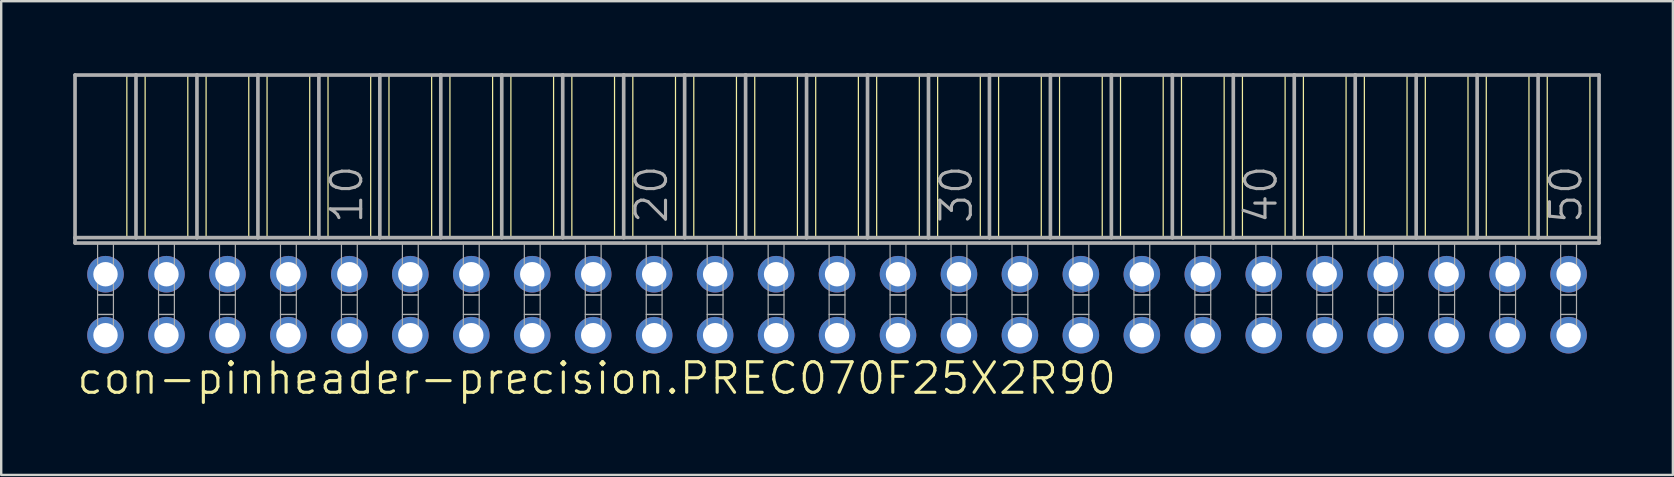
<source format=kicad_pcb>
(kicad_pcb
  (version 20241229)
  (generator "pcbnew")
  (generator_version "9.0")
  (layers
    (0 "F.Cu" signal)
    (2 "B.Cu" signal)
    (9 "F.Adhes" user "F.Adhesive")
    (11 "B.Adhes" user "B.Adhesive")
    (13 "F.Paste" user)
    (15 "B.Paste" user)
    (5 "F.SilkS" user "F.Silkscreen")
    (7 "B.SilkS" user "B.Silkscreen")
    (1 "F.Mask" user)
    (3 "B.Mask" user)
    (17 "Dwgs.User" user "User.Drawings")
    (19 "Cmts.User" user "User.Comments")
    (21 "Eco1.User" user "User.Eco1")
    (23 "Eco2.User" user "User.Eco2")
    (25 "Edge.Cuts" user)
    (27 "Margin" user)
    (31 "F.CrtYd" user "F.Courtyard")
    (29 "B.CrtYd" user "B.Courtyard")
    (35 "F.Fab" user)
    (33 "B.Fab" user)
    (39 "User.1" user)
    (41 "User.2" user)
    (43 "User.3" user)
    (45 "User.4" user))
  (footprint "con-pinheader-precision.PREC070F25X2R90"
    (layer "F.Cu")
    (at 31.826 9.646)
    (property "Reference" "con-pinheader-precision.PREC070F25X2R90" (at -31.75 3.81 0) (layer "F.SilkS") (effects (font (size 1.27 1.27) (thickness 0.13)) (justify left bottom)))
    (attr through_hole)
    (fp_line (start -29.591 -9.57) (end -29.591 -2.794) (stroke (width 0.051) (type default)) (layer "F.SilkS"))
    (fp_line (start -28.829 -9.57) (end -28.829 -2.794) (stroke (width 0.051) (type default)) (layer "F.SilkS"))
    (fp_line (start -27.051 -9.57) (end -27.051 -2.794) (stroke (width 0.051) (type default)) (layer "F.SilkS"))
    (fp_line (start -26.289 -9.57) (end -26.289 -2.794) (stroke (width 0.051) (type default)) (layer "F.SilkS"))
    (fp_line (start -24.511 -9.57) (end -24.511 -2.794) (stroke (width 0.051) (type default)) (layer "F.SilkS"))
    (fp_line (start -23.749 -9.57) (end -23.749 -2.794) (stroke (width 0.051) (type default)) (layer "F.SilkS"))
    (fp_line (start -21.971 -9.57) (end -21.971 -2.794) (stroke (width 0.051) (type default)) (layer "F.SilkS"))
    (fp_line (start -21.209 -9.57) (end -21.209 -2.794) (stroke (width 0.051) (type default)) (layer "F.SilkS"))
    (fp_line (start -19.431 -9.57) (end -19.431 -2.794) (stroke (width 0.051) (type default)) (layer "F.SilkS"))
    (fp_line (start -18.669 -9.57) (end -18.669 -2.794) (stroke (width 0.051) (type default)) (layer "F.SilkS"))
    (fp_line (start -16.891 -9.57) (end -16.891 -2.794) (stroke (width 0.051) (type default)) (layer "F.SilkS"))
    (fp_line (start -16.129 -9.57) (end -16.129 -2.794) (stroke (width 0.051) (type default)) (layer "F.SilkS"))
    (fp_line (start -14.351 -9.57) (end -14.351 -2.794) (stroke (width 0.051) (type default)) (layer "F.SilkS"))
    (fp_line (start -13.589 -9.57) (end -13.589 -2.794) (stroke (width 0.051) (type default)) (layer "F.SilkS"))
    (fp_line (start -11.811 -9.57) (end -11.811 -2.794) (stroke (width 0.051) (type default)) (layer "F.SilkS"))
    (fp_line (start -11.049 -9.57) (end -11.049 -2.794) (stroke (width 0.051) (type default)) (layer "F.SilkS"))
    (fp_line (start -9.271 -9.57) (end -9.271 -2.794) (stroke (width 0.051) (type default)) (layer "F.SilkS"))
    (fp_line (start -8.509 -9.57) (end -8.509 -2.794) (stroke (width 0.051) (type default)) (layer "F.SilkS"))
    (fp_line (start -6.731 -9.57) (end -6.731 -2.794) (stroke (width 0.051) (type default)) (layer "F.SilkS"))
    (fp_line (start -5.969 -9.57) (end -5.969 -2.794) (stroke (width 0.051) (type default)) (layer "F.SilkS"))
    (fp_line (start -4.191 -9.57) (end -4.191 -2.794) (stroke (width 0.051) (type default)) (layer "F.SilkS"))
    (fp_line (start -3.429 -9.57) (end -3.429 -2.794) (stroke (width 0.051) (type default)) (layer "F.SilkS"))
    (fp_line (start -1.651 -9.57) (end -1.651 -2.794) (stroke (width 0.051) (type default)) (layer "F.SilkS"))
    (fp_line (start -0.889 -9.57) (end -0.889 -2.794) (stroke (width 0.051) (type default)) (layer "F.SilkS"))
    (fp_line (start 0.889 -9.57) (end 0.889 -2.794) (stroke (width 0.051) (type default)) (layer "F.SilkS"))
    (fp_line (start 1.651 -9.57) (end 1.651 -2.794) (stroke (width 0.051) (type default)) (layer "F.SilkS"))
    (fp_line (start 3.429 -9.57) (end 3.429 -2.794) (stroke (width 0.051) (type default)) (layer "F.SilkS"))
    (fp_line (start 4.191 -9.57) (end 4.191 -2.794) (stroke (width 0.051) (type default)) (layer "F.SilkS"))
    (fp_line (start 5.969 -9.57) (end 5.969 -2.794) (stroke (width 0.051) (type default)) (layer "F.SilkS"))
    (fp_line (start 6.731 -9.57) (end 6.731 -2.794) (stroke (width 0.051) (type default)) (layer "F.SilkS"))
    (fp_line (start 8.509 -9.57) (end 8.509 -2.794) (stroke (width 0.051) (type default)) (layer "F.SilkS"))
    (fp_line (start 9.271 -9.57) (end 9.271 -2.794) (stroke (width 0.051) (type default)) (layer "F.SilkS"))
    (fp_line (start 11.049 -9.57) (end 11.049 -2.794) (stroke (width 0.051) (type default)) (layer "F.SilkS"))
    (fp_line (start 11.811 -9.57) (end 11.811 -2.794) (stroke (width 0.051) (type default)) (layer "F.SilkS"))
    (fp_line (start 13.589 -9.57) (end 13.589 -2.794) (stroke (width 0.051) (type default)) (layer "F.SilkS"))
    (fp_line (start 14.351 -9.57) (end 14.351 -2.794) (stroke (width 0.051) (type default)) (layer "F.SilkS"))
    (fp_line (start 16.129 -9.57) (end 16.129 -2.794) (stroke (width 0.051) (type default)) (layer "F.SilkS"))
    (fp_line (start 16.891 -9.57) (end 16.891 -2.794) (stroke (width 0.051) (type default)) (layer "F.SilkS"))
    (fp_line (start 18.669 -9.57) (end 18.669 -2.794) (stroke (width 0.051) (type default)) (layer "F.SilkS"))
    (fp_line (start 19.431 -9.57) (end 19.431 -2.794) (stroke (width 0.051) (type default)) (layer "F.SilkS"))
    (fp_line (start 21.209 -9.57) (end 21.209 -2.794) (stroke (width 0.051) (type default)) (layer "F.SilkS"))
    (fp_line (start 21.971 -9.57) (end 21.971 -2.794) (stroke (width 0.051) (type default)) (layer "F.SilkS"))
    (fp_line (start 23.749 -9.57) (end 23.749 -2.794) (stroke (width 0.051) (type default)) (layer "F.SilkS"))
    (fp_line (start 24.511 -9.57) (end 24.511 -2.794) (stroke (width 0.051) (type default)) (layer "F.SilkS"))
    (fp_line (start 26.289 -9.57) (end 26.289 -2.794) (stroke (width 0.051) (type default)) (layer "F.SilkS"))
    (fp_line (start 27.051 -9.57) (end 27.051 -2.794) (stroke (width 0.051) (type default)) (layer "F.SilkS"))
    (fp_line (start 28.829 -9.57) (end 28.829 -2.794) (stroke (width 0.051) (type default)) (layer "F.SilkS"))
    (fp_line (start 29.591 -9.57) (end 29.591 -2.794) (stroke (width 0.051) (type default)) (layer "F.SilkS"))
    (fp_line (start 31.369 -9.57) (end 31.369 -2.794) (stroke (width 0.051) (type default)) (layer "F.SilkS"))
    (fp_line (start -31.75 -9.57) (end -29.21 -9.57) (stroke (width 0.152) (type default)) (layer "F.Fab"))
    (fp_line (start -31.75 -2.794) (end -31.75 -9.57) (stroke (width 0.152) (type default)) (layer "F.Fab"))
    (fp_line (start -31.75 -2.57) (end -31.75 -2.794) (stroke (width 0.152) (type default)) (layer "F.Fab"))
    (fp_line (start -31.75 -2.57) (end 31.75 -2.57) (stroke (width 0.152) (type default)) (layer "F.Fab"))
    (fp_line (start -29.21 -9.57) (end -26.67 -9.57) (stroke (width 0.152) (type default)) (layer "F.Fab"))
    (fp_line (start -29.21 -2.794) (end -31.75 -2.794) (stroke (width 0.152) (type default)) (layer "F.Fab"))
    (fp_line (start -29.21 -2.794) (end -29.21 -9.57) (stroke (width 0.152) (type default)) (layer "F.Fab"))
    (fp_line (start -29.21 -2.794) (end -26.67 -2.794) (stroke (width 0.152) (type default)) (layer "F.Fab"))
    (fp_line (start -26.67 -9.57) (end -24.13 -9.57) (stroke (width 0.152) (type default)) (layer "F.Fab"))
    (fp_line (start -26.67 -2.794) (end -26.67 -9.57) (stroke (width 0.152) (type default)) (layer "F.Fab"))
    (fp_line (start -24.13 -9.57) (end -21.59 -9.57) (stroke (width 0.152) (type default)) (layer "F.Fab"))
    (fp_line (start -24.13 -2.794) (end -26.67 -2.794) (stroke (width 0.152) (type default)) (layer "F.Fab"))
    (fp_line (start -24.13 -2.794) (end -24.13 -9.57) (stroke (width 0.152) (type default)) (layer "F.Fab"))
    (fp_line (start -21.59 -9.57) (end -19.05 -9.57) (stroke (width 0.152) (type default)) (layer "F.Fab"))
    (fp_line (start -21.59 -2.794) (end -24.13 -2.794) (stroke (width 0.152) (type default)) (layer "F.Fab"))
    (fp_line (start -21.59 -2.794) (end -21.59 -9.57) (stroke (width 0.152) (type default)) (layer "F.Fab"))
    (fp_line (start -19.05 -9.57) (end -16.51 -9.57) (stroke (width 0.152) (type default)) (layer "F.Fab"))
    (fp_line (start -19.05 -2.794) (end -21.59 -2.794) (stroke (width 0.152) (type default)) (layer "F.Fab"))
    (fp_line (start -19.05 -2.794) (end -19.05 -9.57) (stroke (width 0.152) (type default)) (layer "F.Fab"))
    (fp_line (start -16.51 -9.57) (end -13.97 -9.57) (stroke (width 0.152) (type default)) (layer "F.Fab"))
    (fp_line (start -16.51 -2.794) (end -19.05 -2.794) (stroke (width 0.152) (type default)) (layer "F.Fab"))
    (fp_line (start -16.51 -2.794) (end -16.51 -9.57) (stroke (width 0.152) (type default)) (layer "F.Fab"))
    (fp_line (start -16.51 -2.794) (end -13.97 -2.794) (stroke (width 0.152) (type default)) (layer "F.Fab"))
    (fp_line (start -13.97 -9.57) (end -11.43 -9.57) (stroke (width 0.152) (type default)) (layer "F.Fab"))
    (fp_line (start -13.97 -2.794) (end -13.97 -9.57) (stroke (width 0.152) (type default)) (layer "F.Fab"))
    (fp_line (start -11.43 -9.57) (end -8.89 -9.57) (stroke (width 0.152) (type default)) (layer "F.Fab"))
    (fp_line (start -11.43 -2.794) (end -13.97 -2.794) (stroke (width 0.152) (type default)) (layer "F.Fab"))
    (fp_line (start -11.43 -2.794) (end -11.43 -9.57) (stroke (width 0.152) (type default)) (layer "F.Fab"))
    (fp_line (start -8.89 -9.57) (end -6.35 -9.57) (stroke (width 0.152) (type default)) (layer "F.Fab"))
    (fp_line (start -8.89 -2.794) (end -11.43 -2.794) (stroke (width 0.152) (type default)) (layer "F.Fab"))
    (fp_line (start -8.89 -2.794) (end -8.89 -9.57) (stroke (width 0.152) (type default)) (layer "F.Fab"))
    (fp_line (start -6.35 -9.57) (end -3.81 -9.57) (stroke (width 0.152) (type default)) (layer "F.Fab"))
    (fp_line (start -6.35 -2.794) (end -8.89 -2.794) (stroke (width 0.152) (type default)) (layer "F.Fab"))
    (fp_line (start -6.35 -2.794) (end -6.35 -9.57) (stroke (width 0.152) (type default)) (layer "F.Fab"))
    (fp_line (start -3.81 -9.57) (end -1.27 -9.57) (stroke (width 0.152) (type default)) (layer "F.Fab"))
    (fp_line (start -3.81 -2.794) (end -6.35 -2.794) (stroke (width 0.152) (type default)) (layer "F.Fab"))
    (fp_line (start -3.81 -2.794) (end -3.81 -9.57) (stroke (width 0.152) (type default)) (layer "F.Fab"))
    (fp_line (start -3.81 -2.794) (end -1.27 -2.794) (stroke (width 0.152) (type default)) (layer "F.Fab"))
    (fp_line (start -1.27 -9.57) (end 1.27 -9.57) (stroke (width 0.152) (type default)) (layer "F.Fab"))
    (fp_line (start -1.27 -2.794) (end -1.27 -9.57) (stroke (width 0.152) (type default)) (layer "F.Fab"))
    (fp_line (start 1.27 -9.57) (end 3.81 -9.57) (stroke (width 0.152) (type default)) (layer "F.Fab"))
    (fp_line (start 1.27 -2.794) (end -1.27 -2.794) (stroke (width 0.152) (type default)) (layer "F.Fab"))
    (fp_line (start 1.27 -2.794) (end 1.27 -9.57) (stroke (width 0.152) (type default)) (layer "F.Fab"))
    (fp_line (start 3.81 -9.57) (end 6.35 -9.57) (stroke (width 0.152) (type default)) (layer "F.Fab"))
    (fp_line (start 3.81 -2.794) (end 1.27 -2.794) (stroke (width 0.152) (type default)) (layer "F.Fab"))
    (fp_line (start 3.81 -2.794) (end 3.81 -9.57) (stroke (width 0.152) (type default)) (layer "F.Fab"))
    (fp_line (start 6.35 -9.57) (end 8.89 -9.57) (stroke (width 0.152) (type default)) (layer "F.Fab"))
    (fp_line (start 6.35 -2.794) (end 3.81 -2.794) (stroke (width 0.152) (type default)) (layer "F.Fab"))
    (fp_line (start 6.35 -2.794) (end 6.35 -9.57) (stroke (width 0.152) (type default)) (layer "F.Fab"))
    (fp_line (start 8.89 -9.57) (end 11.43 -9.57) (stroke (width 0.152) (type default)) (layer "F.Fab"))
    (fp_line (start 8.89 -2.794) (end 6.35 -2.794) (stroke (width 0.152) (type default)) (layer "F.Fab"))
    (fp_line (start 8.89 -2.794) (end 8.89 -9.57) (stroke (width 0.152) (type default)) (layer "F.Fab"))
    (fp_line (start 8.89 -2.794) (end 11.43 -2.794) (stroke (width 0.152) (type default)) (layer "F.Fab"))
    (fp_line (start 11.43 -9.57) (end 13.97 -9.57) (stroke (width 0.152) (type default)) (layer "F.Fab"))
    (fp_line (start 11.43 -2.794) (end 11.43 -9.57) (stroke (width 0.152) (type default)) (layer "F.Fab"))
    (fp_line (start 13.97 -9.57) (end 16.51 -9.57) (stroke (width 0.152) (type default)) (layer "F.Fab"))
    (fp_line (start 13.97 -2.794) (end 11.43 -2.794) (stroke (width 0.152) (type default)) (layer "F.Fab"))
    (fp_line (start 13.97 -2.794) (end 13.97 -9.57) (stroke (width 0.152) (type default)) (layer "F.Fab"))
    (fp_line (start 16.51 -9.57) (end 19.05 -9.57) (stroke (width 0.152) (type default)) (layer "F.Fab"))
    (fp_line (start 16.51 -2.794) (end 13.97 -2.794) (stroke (width 0.152) (type default)) (layer "F.Fab"))
    (fp_line (start 16.51 -2.794) (end 16.51 -9.57) (stroke (width 0.152) (type default)) (layer "F.Fab"))
    (fp_line (start 19.05 -9.57) (end 21.59 -9.57) (stroke (width 0.152) (type default)) (layer "F.Fab"))
    (fp_line (start 19.05 -2.794) (end 16.51 -2.794) (stroke (width 0.152) (type default)) (layer "F.Fab"))
    (fp_line (start 19.05 -2.794) (end 19.05 -9.57) (stroke (width 0.152) (type default)) (layer "F.Fab"))
    (fp_line (start 21.59 -9.57) (end 24.13 -9.57) (stroke (width 0.152) (type default)) (layer "F.Fab"))
    (fp_line (start 21.59 -2.794) (end 21.59 -9.57) (stroke (width 0.152) (type default)) (layer "F.Fab"))
    (fp_line (start 24.13 -9.57) (end 26.67 -9.57) (stroke (width 0.152) (type default)) (layer "F.Fab"))
    (fp_line (start 24.13 -2.794) (end 21.59 -2.794) (stroke (width 0.152) (type default)) (layer "F.Fab"))
    (fp_line (start 24.13 -2.794) (end 24.13 -9.57) (stroke (width 0.152) (type default)) (layer "F.Fab"))
    (fp_line (start 24.13 -2.794) (end 26.67 -2.794) (stroke (width 0.152) (type default)) (layer "F.Fab"))
    (fp_line (start 26.67 -9.57) (end 29.21 -9.57) (stroke (width 0.152) (type default)) (layer "F.Fab"))
    (fp_line (start 26.67 -2.794) (end 26.67 -9.57) (stroke (width 0.152) (type default)) (layer "F.Fab"))
    (fp_line (start 29.21 -9.57) (end 31.75 -9.57) (stroke (width 0.152) (type default)) (layer "F.Fab"))
    (fp_line (start 29.21 -2.794) (end 19.05 -2.794) (stroke (width 0.152) (type default)) (layer "F.Fab"))
    (fp_line (start 29.21 -2.794) (end 29.21 -9.57) (stroke (width 0.152) (type default)) (layer "F.Fab"))
    (fp_line (start 31.75 -2.794) (end 29.21 -2.794) (stroke (width 0.152) (type default)) (layer "F.Fab"))
    (fp_line (start 31.75 -2.794) (end 31.75 -9.57) (stroke (width 0.152) (type default)) (layer "F.Fab"))
    (fp_line (start 31.75 -2.57) (end 31.75 -2.794) (stroke (width 0.152) (type default)) (layer "F.Fab"))
    (fp_rect (start -30.81 -0.406) (end -30.15 -2.57) (stroke (width 0.05) (type default)) (fill no) (layer "F.Fab"))
    (fp_rect (start -30.81 0.406) (end -30.15 -0.406) (stroke (width 0.05) (type default)) (fill no) (layer "F.Fab"))
    (fp_rect (start -30.81 1.575) (end -30.15 0.406) (stroke (width 0.05) (type default)) (fill no) (layer "F.Fab"))
    (fp_rect (start -28.27 -0.406) (end -27.61 -2.57) (stroke (width 0.05) (type default)) (fill no) (layer "F.Fab"))
    (fp_rect (start -28.27 0.406) (end -27.61 -0.406) (stroke (width 0.05) (type default)) (fill no) (layer "F.Fab"))
    (fp_rect (start -28.27 1.575) (end -27.61 0.406) (stroke (width 0.05) (type default)) (fill no) (layer "F.Fab"))
    (fp_rect (start -25.73 -0.406) (end -25.07 -2.57) (stroke (width 0.05) (type default)) (fill no) (layer "F.Fab"))
    (fp_rect (start -25.73 0.406) (end -25.07 -0.406) (stroke (width 0.05) (type default)) (fill no) (layer "F.Fab"))
    (fp_rect (start -25.73 1.575) (end -25.07 0.406) (stroke (width 0.05) (type default)) (fill no) (layer "F.Fab"))
    (fp_rect (start -23.19 -0.406) (end -22.53 -2.57) (stroke (width 0.05) (type default)) (fill no) (layer "F.Fab"))
    (fp_rect (start -23.19 0.406) (end -22.53 -0.406) (stroke (width 0.05) (type default)) (fill no) (layer "F.Fab"))
    (fp_rect (start -23.19 1.575) (end -22.53 0.406) (stroke (width 0.05) (type default)) (fill no) (layer "F.Fab"))
    (fp_rect (start -20.65 -0.406) (end -19.99 -2.57) (stroke (width 0.05) (type default)) (fill no) (layer "F.Fab"))
    (fp_rect (start -20.65 0.406) (end -19.99 -0.406) (stroke (width 0.05) (type default)) (fill no) (layer "F.Fab"))
    (fp_rect (start -20.65 1.575) (end -19.99 0.406) (stroke (width 0.05) (type default)) (fill no) (layer "F.Fab"))
    (fp_rect (start -18.11 -0.406) (end -17.45 -2.57) (stroke (width 0.05) (type default)) (fill no) (layer "F.Fab"))
    (fp_rect (start -18.11 0.406) (end -17.45 -0.406) (stroke (width 0.05) (type default)) (fill no) (layer "F.Fab"))
    (fp_rect (start -18.11 1.575) (end -17.45 0.406) (stroke (width 0.05) (type default)) (fill no) (layer "F.Fab"))
    (fp_rect (start -15.57 -0.406) (end -14.91 -2.57) (stroke (width 0.05) (type default)) (fill no) (layer "F.Fab"))
    (fp_rect (start -15.57 0.406) (end -14.91 -0.406) (stroke (width 0.05) (type default)) (fill no) (layer "F.Fab"))
    (fp_rect (start -15.57 1.575) (end -14.91 0.406) (stroke (width 0.05) (type default)) (fill no) (layer "F.Fab"))
    (fp_rect (start -13.03 -0.406) (end -12.37 -2.57) (stroke (width 0.05) (type default)) (fill no) (layer "F.Fab"))
    (fp_rect (start -13.03 0.406) (end -12.37 -0.406) (stroke (width 0.05) (type default)) (fill no) (layer "F.Fab"))
    (fp_rect (start -13.03 1.575) (end -12.37 0.406) (stroke (width 0.05) (type default)) (fill no) (layer "F.Fab"))
    (fp_rect (start -10.49 -0.406) (end -9.83 -2.57) (stroke (width 0.05) (type default)) (fill no) (layer "F.Fab"))
    (fp_rect (start -10.49 0.406) (end -9.83 -0.406) (stroke (width 0.05) (type default)) (fill no) (layer "F.Fab"))
    (fp_rect (start -10.49 1.575) (end -9.83 0.406) (stroke (width 0.05) (type default)) (fill no) (layer "F.Fab"))
    (fp_rect (start -7.95 -0.406) (end -7.29 -2.57) (stroke (width 0.05) (type default)) (fill no) (layer "F.Fab"))
    (fp_rect (start -7.95 0.406) (end -7.29 -0.406) (stroke (width 0.05) (type default)) (fill no) (layer "F.Fab"))
    (fp_rect (start -7.95 1.575) (end -7.29 0.406) (stroke (width 0.05) (type default)) (fill no) (layer "F.Fab"))
    (fp_rect (start -5.41 -0.406) (end -4.75 -2.57) (stroke (width 0.05) (type default)) (fill no) (layer "F.Fab"))
    (fp_rect (start -5.41 0.406) (end -4.75 -0.406) (stroke (width 0.05) (type default)) (fill no) (layer "F.Fab"))
    (fp_rect (start -5.41 1.575) (end -4.75 0.406) (stroke (width 0.05) (type default)) (fill no) (layer "F.Fab"))
    (fp_rect (start -2.87 -0.406) (end -2.21 -2.57) (stroke (width 0.05) (type default)) (fill no) (layer "F.Fab"))
    (fp_rect (start -2.87 0.406) (end -2.21 -0.406) (stroke (width 0.05) (type default)) (fill no) (layer "F.Fab"))
    (fp_rect (start -2.87 1.575) (end -2.21 0.406) (stroke (width 0.05) (type default)) (fill no) (layer "F.Fab"))
    (fp_rect (start -0.33 -0.406) (end 0.33 -2.57) (stroke (width 0.05) (type default)) (fill no) (layer "F.Fab"))
    (fp_rect (start -0.33 0.406) (end 0.33 -0.406) (stroke (width 0.05) (type default)) (fill no) (layer "F.Fab"))
    (fp_rect (start -0.33 1.575) (end 0.33 0.406) (stroke (width 0.05) (type default)) (fill no) (layer "F.Fab"))
    (fp_rect (start 2.21 -0.406) (end 2.87 -2.57) (stroke (width 0.05) (type default)) (fill no) (layer "F.Fab"))
    (fp_rect (start 2.21 0.406) (end 2.87 -0.406) (stroke (width 0.05) (type default)) (fill no) (layer "F.Fab"))
    (fp_rect (start 2.21 1.575) (end 2.87 0.406) (stroke (width 0.05) (type default)) (fill no) (layer "F.Fab"))
    (fp_rect (start 4.75 -0.406) (end 5.41 -2.57) (stroke (width 0.05) (type default)) (fill no) (layer "F.Fab"))
    (fp_rect (start 4.75 0.406) (end 5.41 -0.406) (stroke (width 0.05) (type default)) (fill no) (layer "F.Fab"))
    (fp_rect (start 4.75 1.575) (end 5.41 0.406) (stroke (width 0.05) (type default)) (fill no) (layer "F.Fab"))
    (fp_rect (start 7.29 -0.406) (end 7.95 -2.57) (stroke (width 0.05) (type default)) (fill no) (layer "F.Fab"))
    (fp_rect (start 7.29 0.406) (end 7.95 -0.406) (stroke (width 0.05) (type default)) (fill no) (layer "F.Fab"))
    (fp_rect (start 7.29 1.575) (end 7.95 0.406) (stroke (width 0.05) (type default)) (fill no) (layer "F.Fab"))
    (fp_rect (start 9.83 -0.406) (end 10.49 -2.57) (stroke (width 0.05) (type default)) (fill no) (layer "F.Fab"))
    (fp_rect (start 9.83 0.406) (end 10.49 -0.406) (stroke (width 0.05) (type default)) (fill no) (layer "F.Fab"))
    (fp_rect (start 9.83 1.575) (end 10.49 0.406) (stroke (width 0.05) (type default)) (fill no) (layer "F.Fab"))
    (fp_rect (start 12.37 -0.406) (end 13.03 -2.57) (stroke (width 0.05) (type default)) (fill no) (layer "F.Fab"))
    (fp_rect (start 12.37 0.406) (end 13.03 -0.406) (stroke (width 0.05) (type default)) (fill no) (layer "F.Fab"))
    (fp_rect (start 12.37 1.575) (end 13.03 0.406) (stroke (width 0.05) (type default)) (fill no) (layer "F.Fab"))
    (fp_rect (start 14.91 -0.406) (end 15.57 -2.57) (stroke (width 0.05) (type default)) (fill no) (layer "F.Fab"))
    (fp_rect (start 14.91 0.406) (end 15.57 -0.406) (stroke (width 0.05) (type default)) (fill no) (layer "F.Fab"))
    (fp_rect (start 14.91 1.575) (end 15.57 0.406) (stroke (width 0.05) (type default)) (fill no) (layer "F.Fab"))
    (fp_rect (start 17.45 -0.406) (end 18.11 -2.57) (stroke (width 0.05) (type default)) (fill no) (layer "F.Fab"))
    (fp_rect (start 17.45 0.406) (end 18.11 -0.406) (stroke (width 0.05) (type default)) (fill no) (layer "F.Fab"))
    (fp_rect (start 17.45 1.575) (end 18.11 0.406) (stroke (width 0.05) (type default)) (fill no) (layer "F.Fab"))
    (fp_rect (start 19.99 -0.406) (end 20.65 -2.57) (stroke (width 0.05) (type default)) (fill no) (layer "F.Fab"))
    (fp_rect (start 19.99 0.406) (end 20.65 -0.406) (stroke (width 0.05) (type default)) (fill no) (layer "F.Fab"))
    (fp_rect (start 19.99 1.575) (end 20.65 0.406) (stroke (width 0.05) (type default)) (fill no) (layer "F.Fab"))
    (fp_rect (start 22.53 -0.406) (end 23.19 -2.57) (stroke (width 0.05) (type default)) (fill no) (layer "F.Fab"))
    (fp_rect (start 22.53 0.406) (end 23.19 -0.406) (stroke (width 0.05) (type default)) (fill no) (layer "F.Fab"))
    (fp_rect (start 22.53 1.575) (end 23.19 0.406) (stroke (width 0.05) (type default)) (fill no) (layer "F.Fab"))
    (fp_rect (start 25.07 -0.406) (end 25.73 -2.57) (stroke (width 0.05) (type default)) (fill no) (layer "F.Fab"))
    (fp_rect (start 25.07 0.406) (end 25.73 -0.406) (stroke (width 0.05) (type default)) (fill no) (layer "F.Fab"))
    (fp_rect (start 25.07 1.575) (end 25.73 0.406) (stroke (width 0.05) (type default)) (fill no) (layer "F.Fab"))
    (fp_rect (start 27.61 -0.406) (end 28.27 -2.57) (stroke (width 0.05) (type default)) (fill no) (layer "F.Fab"))
    (fp_rect (start 27.61 0.406) (end 28.27 -0.406) (stroke (width 0.05) (type default)) (fill no) (layer "F.Fab"))
    (fp_rect (start 27.61 1.575) (end 28.27 0.406) (stroke (width 0.05) (type default)) (fill no) (layer "F.Fab"))
    (fp_rect (start 30.15 -0.406) (end 30.81 -2.57) (stroke (width 0.05) (type default)) (fill no) (layer "F.Fab"))
    (fp_rect (start 30.15 0.406) (end 30.81 -0.406) (stroke (width 0.05) (type default)) (fill no) (layer "F.Fab"))
    (fp_rect (start 30.15 1.575) (end 30.81 0.406) (stroke (width 0.05) (type default)) (fill no) (layer "F.Fab"))
    (fp_text user "50" (at 31.115 -3.302 90) (layer "F.Fab") (effects (font (size 1.27 1.27) (thickness 0.13)) (justify left bottom)))
    (fp_text user "20" (at -6.985 -3.302 90) (layer "F.Fab") (effects (font (size 1.27 1.27) (thickness 0.13)) (justify left bottom)))
    (fp_text user "30" (at 5.715 -3.302 90) (layer "F.Fab") (effects (font (size 1.27 1.27) (thickness 0.13)) (justify left bottom)))
    (fp_text user "10" (at -19.685 -3.302 90) (layer "F.Fab") (effects (font (size 1.27 1.27) (thickness 0.13)) (justify left bottom)))
    (fp_text user "40" (at 18.415 -3.302 90) (layer "F.Fab") (effects (font (size 1.27 1.27) (thickness 0.13)) (justify left bottom)))
    (pad "1" thru_hole circle (at -30.48 -1.27 180) (size 1.524 1.524) (drill 1.016) (layers "*.Cu" "*.Mask"))
    (pad "2" thru_hole circle (at -30.48 1.27 180) (size 1.524 1.524) (drill 1.016) (layers "*.Cu" "*.Mask"))
    (pad "3" thru_hole circle (at -27.94 -1.27 180) (size 1.524 1.524) (drill 1.016) (layers "*.Cu" "*.Mask"))
    (pad "4" thru_hole circle (at -27.94 1.27 180) (size 1.524 1.524) (drill 1.016) (layers "*.Cu" "*.Mask"))
    (pad "5" thru_hole circle (at -25.4 -1.27 180) (size 1.524 1.524) (drill 1.016) (layers "*.Cu" "*.Mask"))
    (pad "6" thru_hole circle (at -25.4 1.27 180) (size 1.524 1.524) (drill 1.016) (layers "*.Cu" "*.Mask"))
    (pad "7" thru_hole circle (at -22.86 -1.27 180) (size 1.524 1.524) (drill 1.016) (layers "*.Cu" "*.Mask"))
    (pad "8" thru_hole circle (at -22.86 1.27 180) (size 1.524 1.524) (drill 1.016) (layers "*.Cu" "*.Mask"))
    (pad "9" thru_hole circle (at -20.32 -1.27 180) (size 1.524 1.524) (drill 1.016) (layers "*.Cu" "*.Mask"))
    (pad "10" thru_hole circle (at -20.32 1.27 180) (size 1.524 1.524) (drill 1.016) (layers "*.Cu" "*.Mask"))
    (pad "11" thru_hole circle (at -17.78 -1.27 180) (size 1.524 1.524) (drill 1.016) (layers "*.Cu" "*.Mask"))
    (pad "12" thru_hole circle (at -17.78 1.27 180) (size 1.524 1.524) (drill 1.016) (layers "*.Cu" "*.Mask"))
    (pad "13" thru_hole circle (at -15.24 -1.27 180) (size 1.524 1.524) (drill 1.016) (layers "*.Cu" "*.Mask"))
    (pad "14" thru_hole circle (at -15.24 1.27 180) (size 1.524 1.524) (drill 1.016) (layers "*.Cu" "*.Mask"))
    (pad "15" thru_hole circle (at -12.7 -1.27 180) (size 1.524 1.524) (drill 1.016) (layers "*.Cu" "*.Mask"))
    (pad "16" thru_hole circle (at -12.7 1.27 180) (size 1.524 1.524) (drill 1.016) (layers "*.Cu" "*.Mask"))
    (pad "17" thru_hole circle (at -10.16 -1.27 180) (size 1.524 1.524) (drill 1.016) (layers "*.Cu" "*.Mask"))
    (pad "18" thru_hole circle (at -10.16 1.27 180) (size 1.524 1.524) (drill 1.016) (layers "*.Cu" "*.Mask"))
    (pad "19" thru_hole circle (at -7.62 -1.27 180) (size 1.524 1.524) (drill 1.016) (layers "*.Cu" "*.Mask"))
    (pad "20" thru_hole circle (at -7.62 1.27 180) (size 1.524 1.524) (drill 1.016) (layers "*.Cu" "*.Mask"))
    (pad "21" thru_hole circle (at -5.08 -1.27 180) (size 1.524 1.524) (drill 1.016) (layers "*.Cu" "*.Mask"))
    (pad "22" thru_hole circle (at -5.08 1.27 180) (size 1.524 1.524) (drill 1.016) (layers "*.Cu" "*.Mask"))
    (pad "23" thru_hole circle (at -2.54 -1.27 180) (size 1.524 1.524) (drill 1.016) (layers "*.Cu" "*.Mask"))
    (pad "24" thru_hole circle (at -2.54 1.27 180) (size 1.524 1.524) (drill 1.016) (layers "*.Cu" "*.Mask"))
    (pad "25" thru_hole circle (at 0 -1.27 180) (size 1.524 1.524) (drill 1.016) (layers "*.Cu" "*.Mask"))
    (pad "26" thru_hole circle (at 0 1.27 180) (size 1.524 1.524) (drill 1.016) (layers "*.Cu" "*.Mask"))
    (pad "27" thru_hole circle (at 2.54 -1.27 180) (size 1.524 1.524) (drill 1.016) (layers "*.Cu" "*.Mask"))
    (pad "28" thru_hole circle (at 2.54 1.27 180) (size 1.524 1.524) (drill 1.016) (layers "*.Cu" "*.Mask"))
    (pad "29" thru_hole circle (at 5.08 -1.27 180) (size 1.524 1.524) (drill 1.016) (layers "*.Cu" "*.Mask"))
    (pad "30" thru_hole circle (at 5.08 1.27 180) (size 1.524 1.524) (drill 1.016) (layers "*.Cu" "*.Mask"))
    (pad "31" thru_hole circle (at 7.62 -1.27 180) (size 1.524 1.524) (drill 1.016) (layers "*.Cu" "*.Mask"))
    (pad "32" thru_hole circle (at 7.62 1.27 180) (size 1.524 1.524) (drill 1.016) (layers "*.Cu" "*.Mask"))
    (pad "33" thru_hole circle (at 10.16 -1.27 180) (size 1.524 1.524) (drill 1.016) (layers "*.Cu" "*.Mask"))
    (pad "34" thru_hole circle (at 10.16 1.27 180) (size 1.524 1.524) (drill 1.016) (layers "*.Cu" "*.Mask"))
    (pad "35" thru_hole circle (at 12.7 -1.27 180) (size 1.524 1.524) (drill 1.016) (layers "*.Cu" "*.Mask"))
    (pad "36" thru_hole circle (at 12.7 1.27 180) (size 1.524 1.524) (drill 1.016) (layers "*.Cu" "*.Mask"))
    (pad "37" thru_hole circle (at 15.24 -1.27 180) (size 1.524 1.524) (drill 1.016) (layers "*.Cu" "*.Mask"))
    (pad "38" thru_hole circle (at 15.24 1.27 180) (size 1.524 1.524) (drill 1.016) (layers "*.Cu" "*.Mask"))
    (pad "39" thru_hole circle (at 17.78 -1.27 180) (size 1.524 1.524) (drill 1.016) (layers "*.Cu" "*.Mask"))
    (pad "40" thru_hole circle (at 17.78 1.27 180) (size 1.524 1.524) (drill 1.016) (layers "*.Cu" "*.Mask"))
    (pad "41" thru_hole circle (at 20.32 -1.27 180) (size 1.524 1.524) (drill 1.016) (layers "*.Cu" "*.Mask"))
    (pad "42" thru_hole circle (at 20.32 1.27 180) (size 1.524 1.524) (drill 1.016) (layers "*.Cu" "*.Mask"))
    (pad "43" thru_hole circle (at 22.86 -1.27 180) (size 1.524 1.524) (drill 1.016) (layers "*.Cu" "*.Mask"))
    (pad "44" thru_hole circle (at 22.86 1.27 180) (size 1.524 1.524) (drill 1.016) (layers "*.Cu" "*.Mask"))
    (pad "45" thru_hole circle (at 25.4 -1.27 180) (size 1.524 1.524) (drill 1.016) (layers "*.Cu" "*.Mask"))
    (pad "46" thru_hole circle (at 25.4 1.27 180) (size 1.524 1.524) (drill 1.016) (layers "*.Cu" "*.Mask"))
    (pad "47" thru_hole circle (at 27.94 -1.27 180) (size 1.524 1.524) (drill 1.016) (layers "*.Cu" "*.Mask"))
    (pad "48" thru_hole circle (at 27.94 1.27 180) (size 1.524 1.524) (drill 1.016) (layers "*.Cu" "*.Mask"))
    (pad "49" thru_hole circle (at 30.48 -1.27 180) (size 1.524 1.524) (drill 1.016) (layers "*.Cu" "*.Mask"))
    (pad "50" thru_hole circle (at 30.48 1.27 180) (size 1.524 1.524) (drill 1.016) (layers "*.Cu" "*.Mask")))
  (gr_rect
    (start -3 -3)
    (end 66.652 16.738)
    (stroke (width 0.1) (type default))
    (fill no)
    (layer "Edge.Cuts")))
</source>
